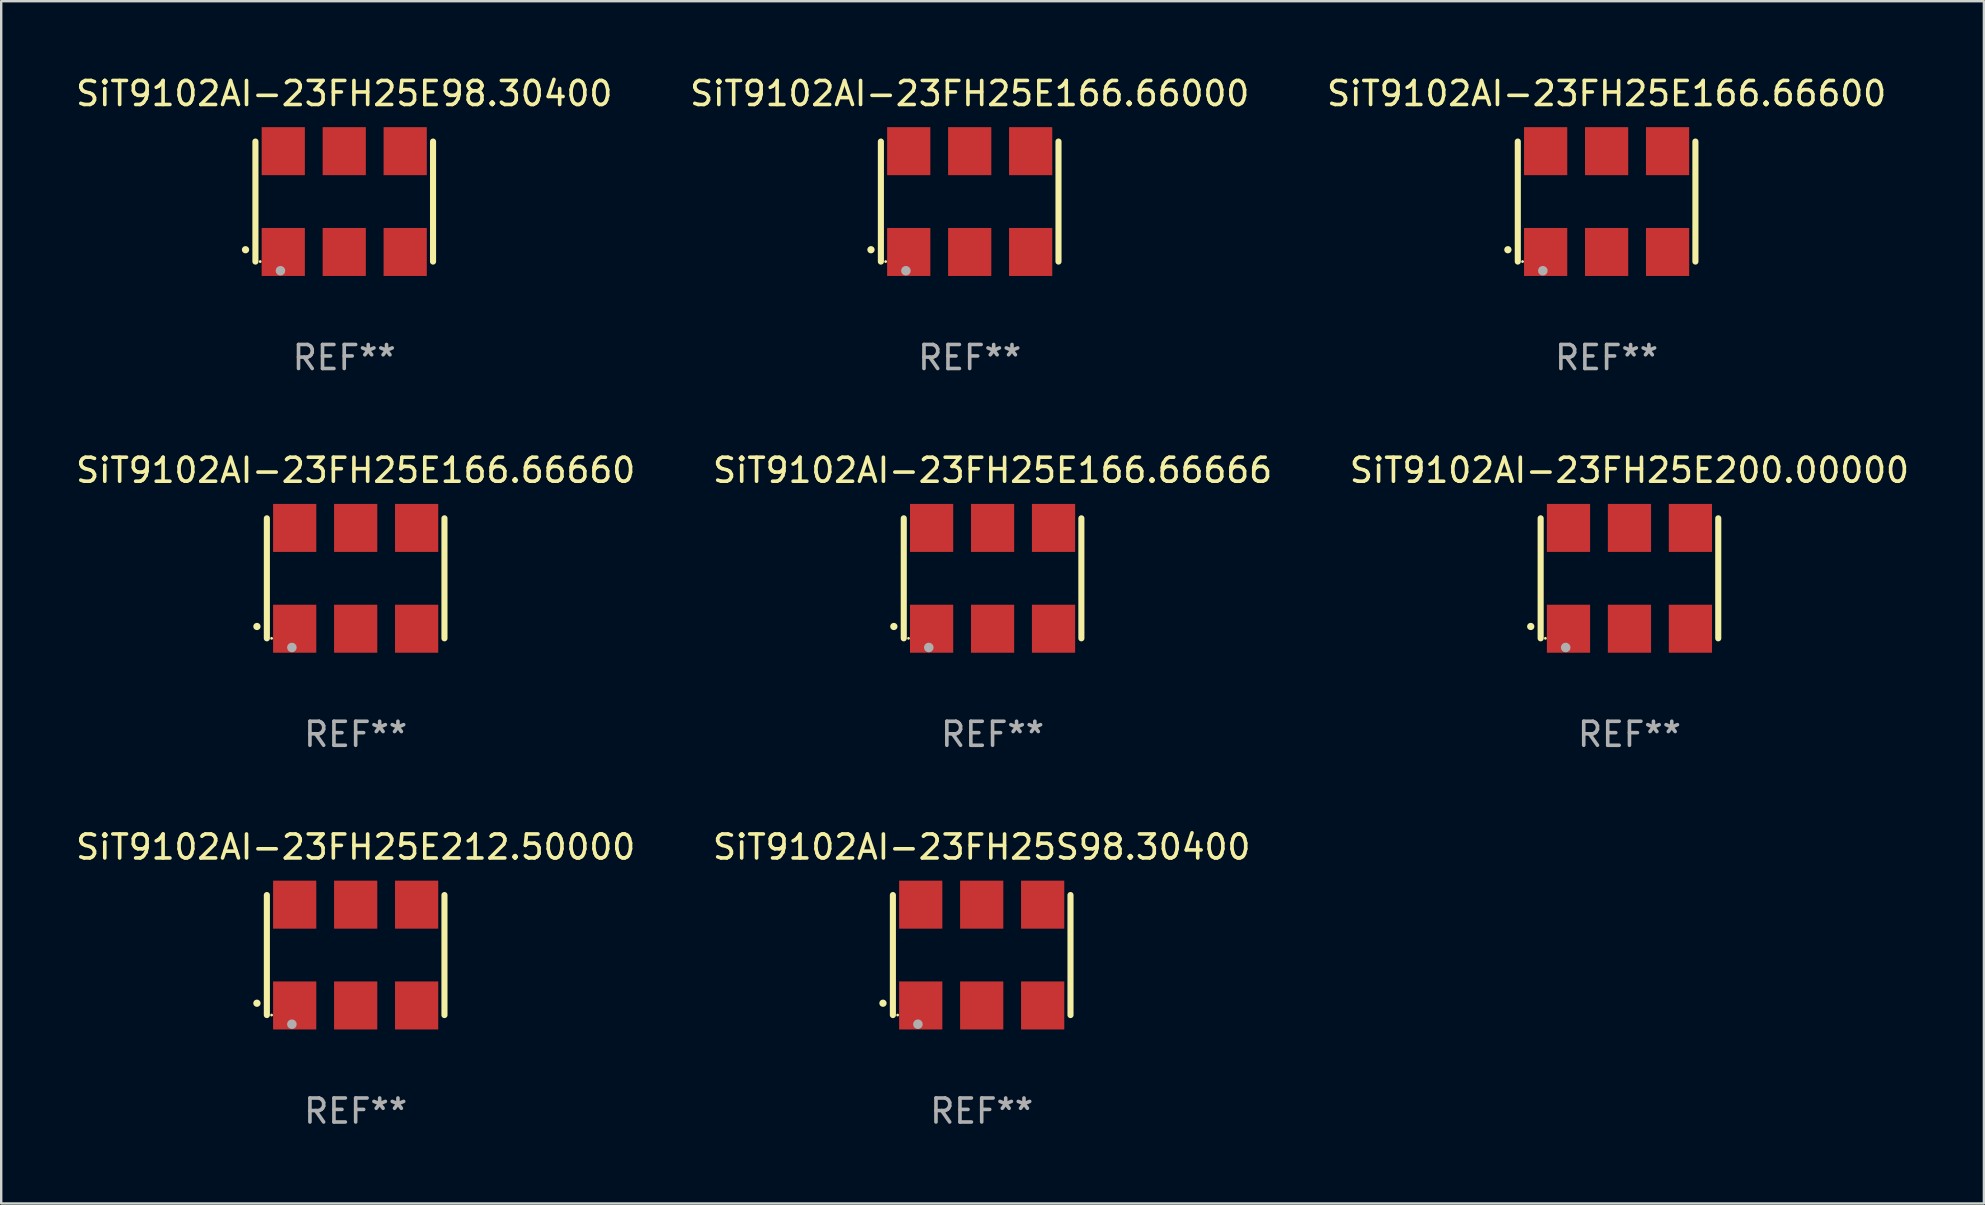
<source format=kicad_pcb>
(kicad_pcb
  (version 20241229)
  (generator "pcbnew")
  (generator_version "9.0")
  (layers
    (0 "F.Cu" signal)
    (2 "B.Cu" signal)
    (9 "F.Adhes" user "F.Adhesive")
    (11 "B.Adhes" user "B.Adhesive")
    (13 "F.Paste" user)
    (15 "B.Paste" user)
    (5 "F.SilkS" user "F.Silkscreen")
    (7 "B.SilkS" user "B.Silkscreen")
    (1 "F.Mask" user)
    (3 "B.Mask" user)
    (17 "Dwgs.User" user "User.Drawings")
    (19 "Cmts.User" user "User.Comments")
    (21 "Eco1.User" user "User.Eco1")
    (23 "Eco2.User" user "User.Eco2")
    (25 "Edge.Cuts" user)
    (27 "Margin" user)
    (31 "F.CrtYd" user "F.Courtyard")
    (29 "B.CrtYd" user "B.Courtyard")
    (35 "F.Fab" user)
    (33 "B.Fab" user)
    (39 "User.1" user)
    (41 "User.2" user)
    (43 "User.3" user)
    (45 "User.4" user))
  (footprint "SiT9102AI-23FH25S98.30400"
    (layer "F.Cu")
    (at 37.851 36.741)
    (property "Reference" "SiT9102AI-23FH25S98.30400" (at 0 -4.5 0) (layer "F.SilkS") (effects (font (size 1 1) (thickness 0.15))))
    (attr through_hole)
    (fp_line (start -3.7 -2.5) (end -3.7 2.5) (stroke (width 0.254) (type solid)) (layer "F.SilkS"))
    (fp_line (start 3.7 -2.5) (end 3.7 2.5) (stroke (width 0.254) (type solid)) (layer "F.SilkS"))
    (fp_arc (start -4.114415 2.006604) (mid -4.113145 2.006599) (end -4.111875 2.006604) (stroke (width 0.3) (type solid)) (layer "F.SilkS"))
    (fp_circle (center -3.502 2.5) (end -3.472 2.5) (stroke (width 0.06) (type solid)) (fill no) (layer "F.SilkS"))
    (fp_circle (center -2.657 2.882) (end -2.557 2.882) (stroke (width 0.2) (type solid)) (fill no) (layer "F.Fab"))
    (fp_text user "REF**" (at 0 6.5 0) (layer "F.Fab") (effects (font (size 1 1) (thickness 0.15))))
    (pad "1" smd rect (at -2.54 2.1) (size 1.8 2) (layers "F.Cu" "F.Mask" "F.Paste"))
    (pad "2" smd rect (at 0.000394 2.1) (size 1.8 2) (layers "F.Cu" "F.Mask" "F.Paste"))
    (pad "3" smd rect (at 2.54 2.1) (size 1.8 2) (layers "F.Cu" "F.Mask" "F.Paste"))
    (pad "4" smd rect (at 2.54 -2.1) (size 1.8 2) (layers "F.Cu" "F.Mask" "F.Paste"))
    (pad "5" smd rect (at 0.000394 -2.1) (size 1.8 2) (layers "F.Cu" "F.Mask" "F.Paste"))
    (pad "6" smd rect (at -2.54 -2.1) (size 1.8 2) (layers "F.Cu" "F.Mask" "F.Paste")))
  (footprint "SiT9102AI-23FH25E166.66000"
    (layer "F.Cu")
    (at 37.351 5.348)
    (property "Reference" "SiT9102AI-23FH25E166.66000" (at 0 -4.5 0) (layer "F.SilkS") (effects (font (size 1 1) (thickness 0.15))))
    (attr through_hole)
    (fp_line (start -3.7 -2.5) (end -3.7 2.5) (stroke (width 0.254) (type solid)) (layer "F.SilkS"))
    (fp_line (start 3.7 -2.5) (end 3.7 2.5) (stroke (width 0.254) (type solid)) (layer "F.SilkS"))
    (fp_arc (start -4.114415 2.006604) (mid -4.113145 2.006599) (end -4.111875 2.006604) (stroke (width 0.3) (type solid)) (layer "F.SilkS"))
    (fp_circle (center -3.502 2.5) (end -3.472 2.5) (stroke (width 0.06) (type solid)) (fill no) (layer "F.SilkS"))
    (fp_circle (center -2.657 2.882) (end -2.557 2.882) (stroke (width 0.2) (type solid)) (fill no) (layer "F.Fab"))
    (fp_text user "REF**" (at 0 6.5 0) (layer "F.Fab") (effects (font (size 1 1) (thickness 0.15))))
    (pad "1" smd rect (at -2.54 2.1) (size 1.8 2) (layers "F.Cu" "F.Mask" "F.Paste"))
    (pad "2" smd rect (at 0.000394 2.1) (size 1.8 2) (layers "F.Cu" "F.Mask" "F.Paste"))
    (pad "3" smd rect (at 2.54 2.1) (size 1.8 2) (layers "F.Cu" "F.Mask" "F.Paste"))
    (pad "4" smd rect (at 2.54 -2.1) (size 1.8 2) (layers "F.Cu" "F.Mask" "F.Paste"))
    (pad "5" smd rect (at 0.000394 -2.1) (size 1.8 2) (layers "F.Cu" "F.Mask" "F.Paste"))
    (pad "6" smd rect (at -2.54 -2.1) (size 1.8 2) (layers "F.Cu" "F.Mask" "F.Paste")))
  (footprint "SiT9102AI-23FH25E166.66666"
    (layer "F.Cu")
    (at 38.304 21.045)
    (property "Reference" "SiT9102AI-23FH25E166.66666" (at 0 -4.5 0) (layer "F.SilkS") (effects (font (size 1 1) (thickness 0.15))))
    (attr through_hole)
    (fp_line (start -3.7 -2.5) (end -3.7 2.5) (stroke (width 0.254) (type solid)) (layer "F.SilkS"))
    (fp_line (start 3.7 -2.5) (end 3.7 2.5) (stroke (width 0.254) (type solid)) (layer "F.SilkS"))
    (fp_arc (start -4.114415 2.006604) (mid -4.113145 2.006599) (end -4.111875 2.006604) (stroke (width 0.3) (type solid)) (layer "F.SilkS"))
    (fp_circle (center -3.502 2.5) (end -3.472 2.5) (stroke (width 0.06) (type solid)) (fill no) (layer "F.SilkS"))
    (fp_circle (center -2.657 2.882) (end -2.557 2.882) (stroke (width 0.2) (type solid)) (fill no) (layer "F.Fab"))
    (fp_text user "REF**" (at 0 6.5 0) (layer "F.Fab") (effects (font (size 1 1) (thickness 0.15))))
    (pad "1" smd rect (at -2.54 2.1) (size 1.8 2) (layers "F.Cu" "F.Mask" "F.Paste"))
    (pad "2" smd rect (at 0.000394 2.1) (size 1.8 2) (layers "F.Cu" "F.Mask" "F.Paste"))
    (pad "3" smd rect (at 2.54 2.1) (size 1.8 2) (layers "F.Cu" "F.Mask" "F.Paste"))
    (pad "4" smd rect (at 2.54 -2.1) (size 1.8 2) (layers "F.Cu" "F.Mask" "F.Paste"))
    (pad "5" smd rect (at 0.000394 -2.1) (size 1.8 2) (layers "F.Cu" "F.Mask" "F.Paste"))
    (pad "6" smd rect (at -2.54 -2.1) (size 1.8 2) (layers "F.Cu" "F.Mask" "F.Paste")))
  (footprint "SiT9102AI-23FH25E166.66600"
    (layer "F.Cu")
    (at 63.887 5.348)
    (property "Reference" "SiT9102AI-23FH25E166.66600" (at 0 -4.5 0) (layer "F.SilkS") (effects (font (size 1 1) (thickness 0.15))))
    (attr through_hole)
    (fp_line (start -3.7 -2.5) (end -3.7 2.5) (stroke (width 0.254) (type solid)) (layer "F.SilkS"))
    (fp_line (start 3.7 -2.5) (end 3.7 2.5) (stroke (width 0.254) (type solid)) (layer "F.SilkS"))
    (fp_arc (start -4.114415 2.006604) (mid -4.113145 2.006599) (end -4.111875 2.006604) (stroke (width 0.3) (type solid)) (layer "F.SilkS"))
    (fp_circle (center -3.502 2.5) (end -3.472 2.5) (stroke (width 0.06) (type solid)) (fill no) (layer "F.SilkS"))
    (fp_circle (center -2.657 2.882) (end -2.557 2.882) (stroke (width 0.2) (type solid)) (fill no) (layer "F.Fab"))
    (fp_text user "REF**" (at 0 6.5 0) (layer "F.Fab") (effects (font (size 1 1) (thickness 0.15))))
    (pad "1" smd rect (at -2.54 2.1) (size 1.8 2) (layers "F.Cu" "F.Mask" "F.Paste"))
    (pad "2" smd rect (at 0.000394 2.1) (size 1.8 2) (layers "F.Cu" "F.Mask" "F.Paste"))
    (pad "3" smd rect (at 2.54 2.1) (size 1.8 2) (layers "F.Cu" "F.Mask" "F.Paste"))
    (pad "4" smd rect (at 2.54 -2.1) (size 1.8 2) (layers "F.Cu" "F.Mask" "F.Paste"))
    (pad "5" smd rect (at 0.000394 -2.1) (size 1.8 2) (layers "F.Cu" "F.Mask" "F.Paste"))
    (pad "6" smd rect (at -2.54 -2.1) (size 1.8 2) (layers "F.Cu" "F.Mask" "F.Paste")))
  (footprint "SiT9102AI-23FH25E200.00000"
    (layer "F.Cu")
    (at 64.839 21.045)
    (property "Reference" "SiT9102AI-23FH25E200.00000" (at 0 -4.5 0) (layer "F.SilkS") (effects (font (size 1 1) (thickness 0.15))))
    (attr through_hole)
    (fp_line (start -3.7 -2.5) (end -3.7 2.5) (stroke (width 0.254) (type solid)) (layer "F.SilkS"))
    (fp_line (start 3.7 -2.5) (end 3.7 2.5) (stroke (width 0.254) (type solid)) (layer "F.SilkS"))
    (fp_arc (start -4.114415 2.006604) (mid -4.113145 2.006599) (end -4.111875 2.006604) (stroke (width 0.3) (type solid)) (layer "F.SilkS"))
    (fp_circle (center -3.502 2.5) (end -3.472 2.5) (stroke (width 0.06) (type solid)) (fill no) (layer "F.SilkS"))
    (fp_circle (center -2.657 2.882) (end -2.557 2.882) (stroke (width 0.2) (type solid)) (fill no) (layer "F.Fab"))
    (fp_text user "REF**" (at 0 6.5 0) (layer "F.Fab") (effects (font (size 1 1) (thickness 0.15))))
    (pad "1" smd rect (at -2.54 2.1) (size 1.8 2) (layers "F.Cu" "F.Mask" "F.Paste"))
    (pad "2" smd rect (at 0.000394 2.1) (size 1.8 2) (layers "F.Cu" "F.Mask" "F.Paste"))
    (pad "3" smd rect (at 2.54 2.1) (size 1.8 2) (layers "F.Cu" "F.Mask" "F.Paste"))
    (pad "4" smd rect (at 2.54 -2.1) (size 1.8 2) (layers "F.Cu" "F.Mask" "F.Paste"))
    (pad "5" smd rect (at 0.000394 -2.1) (size 1.8 2) (layers "F.Cu" "F.Mask" "F.Paste"))
    (pad "6" smd rect (at -2.54 -2.1) (size 1.8 2) (layers "F.Cu" "F.Mask" "F.Paste")))
  (footprint "SiT9102AI-23FH25E212.50000"
    (layer "F.Cu")
    (at 11.768 36.741)
    (property "Reference" "SiT9102AI-23FH25E212.50000" (at 0 -4.5 0) (layer "F.SilkS") (effects (font (size 1 1) (thickness 0.15))))
    (attr through_hole)
    (fp_line (start -3.7 -2.5) (end -3.7 2.5) (stroke (width 0.254) (type solid)) (layer "F.SilkS"))
    (fp_line (start 3.7 -2.5) (end 3.7 2.5) (stroke (width 0.254) (type solid)) (layer "F.SilkS"))
    (fp_arc (start -4.114415 2.006604) (mid -4.113145 2.006599) (end -4.111875 2.006604) (stroke (width 0.3) (type solid)) (layer "F.SilkS"))
    (fp_circle (center -3.502 2.5) (end -3.472 2.5) (stroke (width 0.06) (type solid)) (fill no) (layer "F.SilkS"))
    (fp_circle (center -2.657 2.882) (end -2.557 2.882) (stroke (width 0.2) (type solid)) (fill no) (layer "F.Fab"))
    (fp_text user "REF**" (at 0 6.5 0) (layer "F.Fab") (effects (font (size 1 1) (thickness 0.15))))
    (pad "1" smd rect (at -2.54 2.1) (size 1.8 2) (layers "F.Cu" "F.Mask" "F.Paste"))
    (pad "2" smd rect (at 0.000394 2.1) (size 1.8 2) (layers "F.Cu" "F.Mask" "F.Paste"))
    (pad "3" smd rect (at 2.54 2.1) (size 1.8 2) (layers "F.Cu" "F.Mask" "F.Paste"))
    (pad "4" smd rect (at 2.54 -2.1) (size 1.8 2) (layers "F.Cu" "F.Mask" "F.Paste"))
    (pad "5" smd rect (at 0.000394 -2.1) (size 1.8 2) (layers "F.Cu" "F.Mask" "F.Paste"))
    (pad "6" smd rect (at -2.54 -2.1) (size 1.8 2) (layers "F.Cu" "F.Mask" "F.Paste")))
  (footprint "SiT9102AI-23FH25E166.66660"
    (layer "F.Cu")
    (at 11.768 21.045)
    (property "Reference" "SiT9102AI-23FH25E166.66660" (at 0 -4.5 0) (layer "F.SilkS") (effects (font (size 1 1) (thickness 0.15))))
    (attr through_hole)
    (fp_line (start -3.7 -2.5) (end -3.7 2.5) (stroke (width 0.254) (type solid)) (layer "F.SilkS"))
    (fp_line (start 3.7 -2.5) (end 3.7 2.5) (stroke (width 0.254) (type solid)) (layer "F.SilkS"))
    (fp_arc (start -4.114415 2.006604) (mid -4.113145 2.006599) (end -4.111875 2.006604) (stroke (width 0.3) (type solid)) (layer "F.SilkS"))
    (fp_circle (center -3.502 2.5) (end -3.472 2.5) (stroke (width 0.06) (type solid)) (fill no) (layer "F.SilkS"))
    (fp_circle (center -2.657 2.882) (end -2.557 2.882) (stroke (width 0.2) (type solid)) (fill no) (layer "F.Fab"))
    (fp_text user "REF**" (at 0 6.5 0) (layer "F.Fab") (effects (font (size 1 1) (thickness 0.15))))
    (pad "1" smd rect (at -2.54 2.1) (size 1.8 2) (layers "F.Cu" "F.Mask" "F.Paste"))
    (pad "2" smd rect (at 0.000394 2.1) (size 1.8 2) (layers "F.Cu" "F.Mask" "F.Paste"))
    (pad "3" smd rect (at 2.54 2.1) (size 1.8 2) (layers "F.Cu" "F.Mask" "F.Paste"))
    (pad "4" smd rect (at 2.54 -2.1) (size 1.8 2) (layers "F.Cu" "F.Mask" "F.Paste"))
    (pad "5" smd rect (at 0.000394 -2.1) (size 1.8 2) (layers "F.Cu" "F.Mask" "F.Paste"))
    (pad "6" smd rect (at -2.54 -2.1) (size 1.8 2) (layers "F.Cu" "F.Mask" "F.Paste")))
  (footprint "SiT9102AI-23FH25E98.30400"
    (layer "F.Cu")
    (at 11.292 5.348)
    (property "Reference" "SiT9102AI-23FH25E98.30400" (at 0 -4.5 0) (layer "F.SilkS") (effects (font (size 1 1) (thickness 0.15))))
    (attr through_hole)
    (fp_line (start -3.7 -2.5) (end -3.7 2.5) (stroke (width 0.254) (type solid)) (layer "F.SilkS"))
    (fp_line (start 3.7 -2.5) (end 3.7 2.5) (stroke (width 0.254) (type solid)) (layer "F.SilkS"))
    (fp_arc (start -4.114415 2.006604) (mid -4.113145 2.006599) (end -4.111875 2.006604) (stroke (width 0.3) (type solid)) (layer "F.SilkS"))
    (fp_circle (center -3.502 2.5) (end -3.472 2.5) (stroke (width 0.06) (type solid)) (fill no) (layer "F.SilkS"))
    (fp_circle (center -2.657 2.882) (end -2.557 2.882) (stroke (width 0.2) (type solid)) (fill no) (layer "F.Fab"))
    (fp_text user "REF**" (at 0 6.5 0) (layer "F.Fab") (effects (font (size 1 1) (thickness 0.15))))
    (pad "1" smd rect (at -2.54 2.1) (size 1.8 2) (layers "F.Cu" "F.Mask" "F.Paste"))
    (pad "2" smd rect (at 0.000394 2.1) (size 1.8 2) (layers "F.Cu" "F.Mask" "F.Paste"))
    (pad "3" smd rect (at 2.54 2.1) (size 1.8 2) (layers "F.Cu" "F.Mask" "F.Paste"))
    (pad "4" smd rect (at 2.54 -2.1) (size 1.8 2) (layers "F.Cu" "F.Mask" "F.Paste"))
    (pad "5" smd rect (at 0.000394 -2.1) (size 1.8 2) (layers "F.Cu" "F.Mask" "F.Paste"))
    (pad "6" smd rect (at -2.54 -2.1) (size 1.8 2) (layers "F.Cu" "F.Mask" "F.Paste")))
  (gr_rect
    (start -3 -3)
    (end 79.607 47.09)
    (stroke (width 0.1) (type default))
    (fill no)
    (layer "Edge.Cuts")))
</source>
